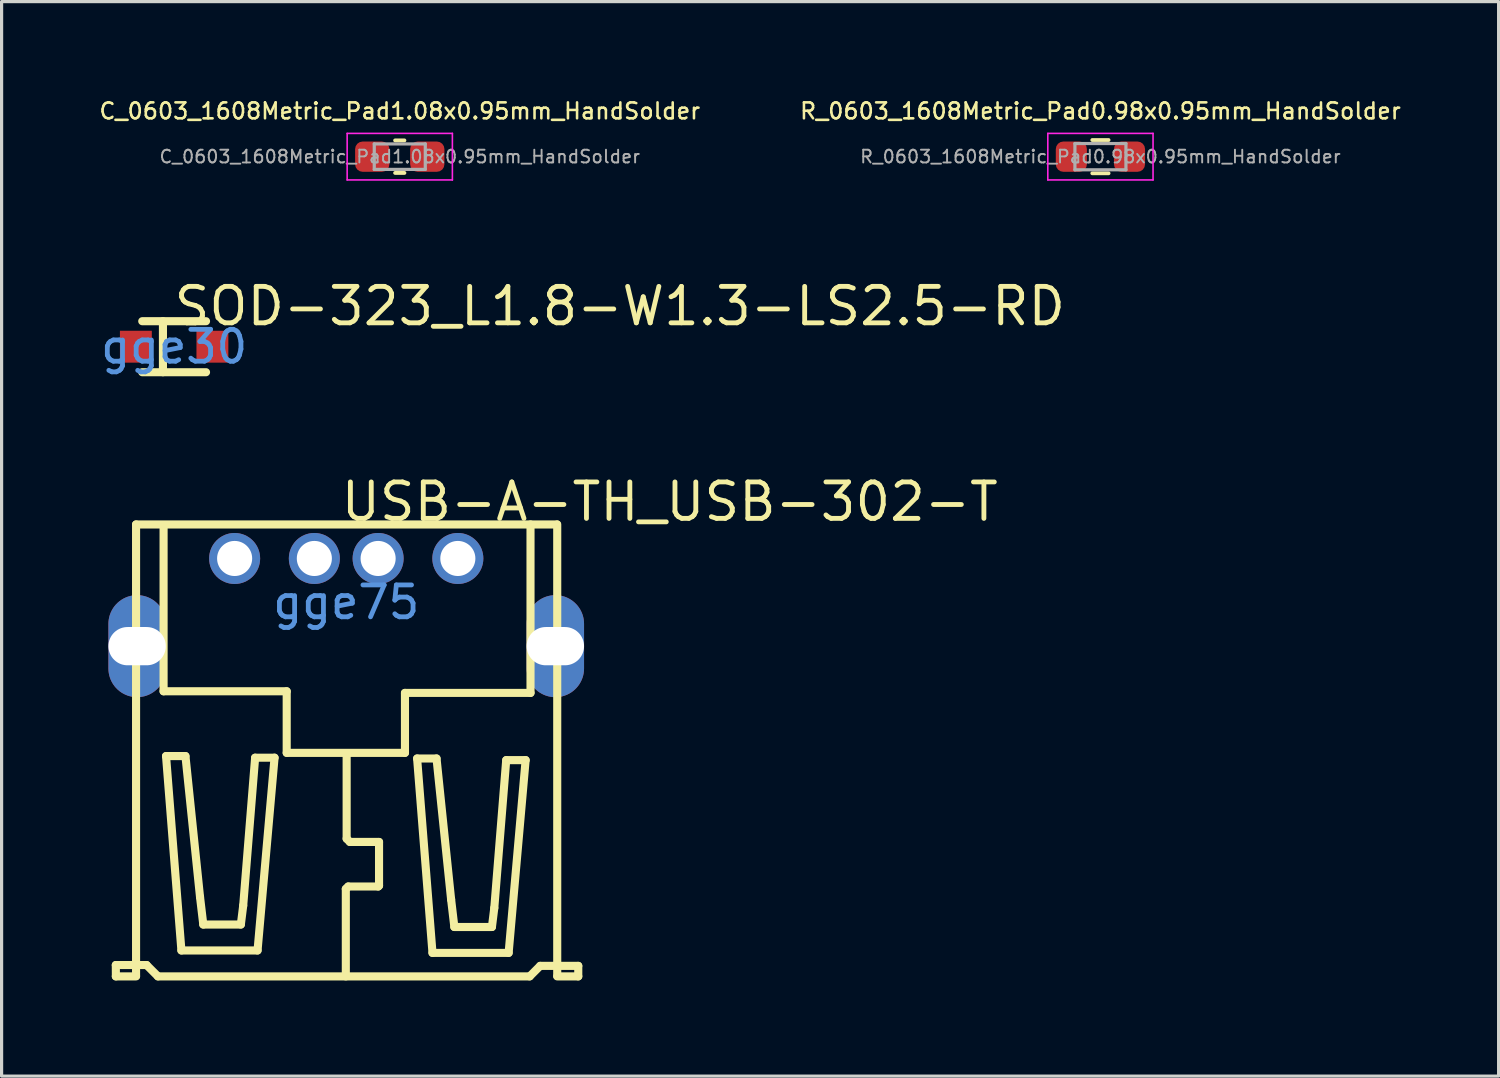
<source format=kicad_pcb>
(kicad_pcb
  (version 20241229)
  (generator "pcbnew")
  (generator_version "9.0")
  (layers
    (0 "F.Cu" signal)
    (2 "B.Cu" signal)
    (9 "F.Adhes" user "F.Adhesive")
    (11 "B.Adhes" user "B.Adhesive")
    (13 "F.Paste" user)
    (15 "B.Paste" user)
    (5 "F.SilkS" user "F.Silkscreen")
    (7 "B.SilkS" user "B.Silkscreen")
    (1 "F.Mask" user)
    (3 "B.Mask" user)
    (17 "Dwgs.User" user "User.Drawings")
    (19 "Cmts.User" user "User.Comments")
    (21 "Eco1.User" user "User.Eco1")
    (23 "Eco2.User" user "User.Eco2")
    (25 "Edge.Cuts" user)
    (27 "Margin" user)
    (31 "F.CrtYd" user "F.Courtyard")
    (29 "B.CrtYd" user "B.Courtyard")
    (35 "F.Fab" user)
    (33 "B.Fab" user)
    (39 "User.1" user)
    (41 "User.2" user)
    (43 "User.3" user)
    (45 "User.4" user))
  (footprint "SOD-323_L1.8-W1.3-LS2.5-RD"
    (layer "F.Cu")
    (at 2.411 7.823)
    (property "Reference" "SOD-323_L1.8-W1.3-LS2.5-RD" (at -0.084 -1.27 0) (layer "F.SilkS") (effects (font (size 1.143 1.143) (thickness 0.152)) (justify left)))
    (attr smd)
    (fp_line (start -1 -0.8) (end 1 -0.8) (stroke (width 0.254) (type solid)) (layer "F.SilkS"))
    (fp_line (start -1 0.8) (end 1 0.8) (stroke (width 0.254) (type solid)) (layer "F.SilkS"))
    (fp_line (start -0.351 -0.8) (end -0.351 0.8) (stroke (width 0.254) (type solid)) (layer "F.SilkS"))
    (fp_text user "gge30" (at 0 0 0) (layer "Cmts.User") (effects (font (size 1 1) (thickness 0.15))))
    (pad "1" smd rect (at -1.2 0 180) (size 1 1) (layers "F.Cu" "F.Mask" "F.Paste"))
    (pad "2" smd rect (at 1.2 0 180) (size 1 1) (layers "F.Cu" "F.Mask" "F.Paste")))
  (footprint "C_0603_1608Metric_Pad1.08x0.95mm_HandSolder"
    (layer "F.Cu")
    (at 9.487 1.863)
    (property "Reference" "C_0603_1608Metric_Pad1.08x0.95mm_HandSolder" (at 0 -1.43 0) (layer "F.SilkS") (effects (font (size 0.5 0.5) (thickness 0.08))))
    (attr smd)
    (fp_line (start -0.146 -0.51) (end 0.146 -0.51) (stroke (width 0.12) (type solid)) (layer "F.SilkS"))
    (fp_line (start -0.146 0.51) (end 0.146 0.51) (stroke (width 0.12) (type solid)) (layer "F.SilkS"))
    (fp_line (start -1.65 -0.73) (end 1.65 -0.73) (stroke (width 0.05) (type solid)) (layer "F.CrtYd"))
    (fp_line (start -1.65 0.73) (end -1.65 -0.73) (stroke (width 0.05) (type solid)) (layer "F.CrtYd"))
    (fp_line (start 1.65 -0.73) (end 1.65 0.73) (stroke (width 0.05) (type solid)) (layer "F.CrtYd"))
    (fp_line (start 1.65 0.73) (end -1.65 0.73) (stroke (width 0.05) (type solid)) (layer "F.CrtYd"))
    (fp_line (start -0.8 -0.4) (end 0.8 -0.4) (stroke (width 0.1) (type solid)) (layer "F.Fab"))
    (fp_line (start -0.8 0.4) (end -0.8 -0.4) (stroke (width 0.1) (type solid)) (layer "F.Fab"))
    (fp_line (start 0.8 -0.4) (end 0.8 0.4) (stroke (width 0.1) (type solid)) (layer "F.Fab"))
    (fp_line (start 0.8 0.4) (end -0.8 0.4) (stroke (width 0.1) (type solid)) (layer "F.Fab"))
    (fp_text user "${REFERENCE}" (at 0 0 0) (layer "F.Fab") (effects (font (size 0.4 0.4) (thickness 0.06))))
    (pad "1" smd roundrect (at -0.863 0) (size 1.075 0.95) (layers "F.Cu" "F.Mask" "F.Paste") (roundrect_rratio 0.25))
    (pad "2" smd roundrect (at 0.863 0) (size 1.075 0.95) (layers "F.Cu" "F.Mask" "F.Paste") (roundrect_rratio 0.25)))
  (footprint "USB-A-TH_USB-302-T"
    (layer "F.Cu")
    (at 7.808 15.839)
    (property "Reference" "USB-A-TH_USB-302-T" (at -0.241 -3.153 0) (layer "F.SilkS") (effects (font (size 1.143 1.143) (thickness 0.152)) (justify left)))
    (attr through_hole)
    (fp_line (start -7.226 11.375) (end -6.261 11.375) (stroke (width 0.254) (type solid)) (layer "F.SilkS"))
    (fp_line (start -7.226 11.731) (end -6.591 11.731) (stroke (width 0.254) (type solid)) (layer "F.SilkS"))
    (fp_line (start -7.224 11.731) (end -7.226 11.375) (stroke (width 0.254) (type solid)) (layer "F.SilkS"))
    (fp_line (start -6.591 -2.442) (end -6.591 11.718) (stroke (width 0.254) (type solid)) (layer "F.SilkS"))
    (fp_line (start -6.591 -2.442) (end 6.609 -2.442) (stroke (width 0.254) (type solid)) (layer "F.SilkS"))
    (fp_line (start -6.261 11.375) (end -5.905 11.731) (stroke (width 0.254) (type solid)) (layer "F.SilkS"))
    (fp_line (start -5.905 11.731) (end 5.753 11.731) (stroke (width 0.254) (type solid)) (layer "F.SilkS"))
    (fp_line (start -5.728 -2.417) (end -5.728 2.79) (stroke (width 0.254) (type solid)) (layer "F.SilkS"))
    (fp_line (start -5.728 2.79) (end -1.867 2.79) (stroke (width 0.254) (type solid)) (layer "F.SilkS"))
    (fp_line (start -5.651 4.822) (end -5.169 10.918) (stroke (width 0.254) (type solid)) (layer "F.SilkS"))
    (fp_line (start -5.169 10.918) (end -2.781 10.918) (stroke (width 0.254) (type solid)) (layer "F.SilkS"))
    (fp_line (start -5.042 4.822) (end -5.651 4.822) (stroke (width 0.254) (type solid)) (layer "F.SilkS"))
    (fp_line (start -4.585 9.242) (end -5.042 4.822) (stroke (width 0.254) (type solid)) (layer "F.SilkS"))
    (fp_line (start -4.483 10.105) (end -4.585 9.242) (stroke (width 0.254) (type solid)) (layer "F.SilkS"))
    (fp_line (start -3.305 10.105) (end -4.483 10.105) (stroke (width 0.254) (type solid)) (layer "F.SilkS"))
    (fp_line (start -3.231 9.511) (end -3.305 10.105) (stroke (width 0.254) (type solid)) (layer "F.SilkS"))
    (fp_line (start -2.857 4.873) (end -3.231 9.511) (stroke (width 0.254) (type solid)) (layer "F.SilkS"))
    (fp_line (start -2.781 10.918) (end -2.248 4.873) (stroke (width 0.254) (type solid)) (layer "F.SilkS"))
    (fp_line (start -2.248 4.873) (end -2.857 4.873) (stroke (width 0.254) (type solid)) (layer "F.SilkS"))
    (fp_line (start -1.867 2.79) (end -1.867 4.721) (stroke (width 0.254) (type solid)) (layer "F.SilkS"))
    (fp_line (start -1.867 4.721) (end 1.842 4.721) (stroke (width 0.254) (type solid)) (layer "F.SilkS"))
    (fp_line (start -0.013 8.988) (end -0.013 11.731) (stroke (width 0.254) (type solid)) (layer "F.SilkS"))
    (fp_line (start 0.013 4.746) (end 0.013 7.413) (stroke (width 0.254) (type solid)) (layer "F.SilkS"))
    (fp_line (start 0.013 7.413) (end 0.114 7.515) (stroke (width 0.254) (type solid)) (layer "F.SilkS"))
    (fp_line (start 0.063 8.912) (end -0.013 8.988) (stroke (width 0.254) (type solid)) (layer "F.SilkS"))
    (fp_line (start 0.114 7.515) (end 1.029 7.515) (stroke (width 0.254) (type solid)) (layer "F.SilkS"))
    (fp_line (start 1.003 8.912) (end 0.063 8.912) (stroke (width 0.254) (type solid)) (layer "F.SilkS"))
    (fp_line (start 1.029 7.515) (end 1.029 8.886) (stroke (width 0.254) (type solid)) (layer "F.SilkS"))
    (fp_line (start 1.029 8.886) (end 1.003 8.912) (stroke (width 0.254) (type solid)) (layer "F.SilkS"))
    (fp_line (start 1.842 2.841) (end 5.779 2.841) (stroke (width 0.254) (type solid)) (layer "F.SilkS"))
    (fp_line (start 1.842 4.721) (end 1.842 2.841) (stroke (width 0.254) (type solid)) (layer "F.SilkS"))
    (fp_line (start 2.223 4.898) (end 2.705 10.994) (stroke (width 0.254) (type solid)) (layer "F.SilkS"))
    (fp_line (start 2.705 10.994) (end 5.093 10.994) (stroke (width 0.254) (type solid)) (layer "F.SilkS"))
    (fp_line (start 2.832 4.898) (end 2.223 4.898) (stroke (width 0.254) (type solid)) (layer "F.SilkS"))
    (fp_line (start 3.289 9.318) (end 2.832 4.898) (stroke (width 0.254) (type solid)) (layer "F.SilkS"))
    (fp_line (start 3.391 10.182) (end 3.289 9.318) (stroke (width 0.254) (type solid)) (layer "F.SilkS"))
    (fp_line (start 4.569 10.182) (end 3.391 10.182) (stroke (width 0.254) (type solid)) (layer "F.SilkS"))
    (fp_line (start 4.643 9.587) (end 4.569 10.182) (stroke (width 0.254) (type solid)) (layer "F.SilkS"))
    (fp_line (start 5.017 4.949) (end 4.643 9.587) (stroke (width 0.254) (type solid)) (layer "F.SilkS"))
    (fp_line (start 5.093 10.994) (end 5.626 4.949) (stroke (width 0.254) (type solid)) (layer "F.SilkS"))
    (fp_line (start 5.626 4.949) (end 5.017 4.949) (stroke (width 0.254) (type solid)) (layer "F.SilkS"))
    (fp_line (start 5.753 11.731) (end 6.083 11.401) (stroke (width 0.254) (type solid)) (layer "F.SilkS"))
    (fp_line (start 5.779 2.841) (end 5.779 -2.442) (stroke (width 0.254) (type solid)) (layer "F.SilkS"))
    (fp_line (start 6.083 11.401) (end 7.277 11.401) (stroke (width 0.254) (type solid)) (layer "F.SilkS"))
    (fp_line (start 6.617 -2.442) (end 6.617 11.718) (stroke (width 0.254) (type solid)) (layer "F.SilkS"))
    (fp_line (start 7.277 11.401) (end 7.277 11.731) (stroke (width 0.254) (type solid)) (layer "F.SilkS"))
    (fp_line (start 7.277 11.731) (end 6.617 11.731) (stroke (width 0.254) (type solid)) (layer "F.SilkS"))
    (fp_text user "gge75" (at 0 0 0) (layer "Cmts.User") (effects (font (size 1 1) (thickness 0.15))))
    (pad "1" thru_hole circle (at -3.5 -1.375) (size 1.6 1.6) (drill 1.1) (layers "*.Cu" "*.Paste" "*.Mask"))
    (pad "2" thru_hole circle (at -1 -1.375) (size 1.6 1.6) (drill 1.1) (layers "*.Cu" "*.Paste" "*.Mask"))
    (pad "3" thru_hole circle (at 1 -1.375) (size 1.6 1.6) (drill 1.1) (layers "*.Cu" "*.Paste" "*.Mask"))
    (pad "4" thru_hole circle (at 3.5 -1.375) (size 1.6 1.6) (drill 1.1) (layers "*.Cu" "*.Paste" "*.Mask"))
    (pad "5" thru_hole oval (at -6.558 1.375 90) (size 3.2 1.8) (drill oval 1.2 2.5) (layers "*.Cu" "*.Paste" "*.Mask"))
    (pad "6" thru_hole oval (at 6.558 1.375 270) (size 3.2 1.8) (drill oval 1.2 2.5) (layers "*.Cu" "*.Paste" "*.Mask")))
  (footprint "R_0603_1608Metric_Pad0.98x0.95mm_HandSolder"
    (layer "F.Cu")
    (at 31.46 1.863)
    (property "Reference" "R_0603_1608Metric_Pad0.98x0.95mm_HandSolder" (at 0 -1.43 0) (layer "F.SilkS") (effects (font (size 0.5 0.5) (thickness 0.08))))
    (attr smd)
    (fp_line (start -0.255 -0.522) (end 0.255 -0.522) (stroke (width 0.12) (type solid)) (layer "F.SilkS"))
    (fp_line (start -0.255 0.522) (end 0.255 0.522) (stroke (width 0.12) (type solid)) (layer "F.SilkS"))
    (fp_line (start -1.65 -0.73) (end 1.65 -0.73) (stroke (width 0.05) (type solid)) (layer "F.CrtYd"))
    (fp_line (start -1.65 0.73) (end -1.65 -0.73) (stroke (width 0.05) (type solid)) (layer "F.CrtYd"))
    (fp_line (start 1.65 -0.73) (end 1.65 0.73) (stroke (width 0.05) (type solid)) (layer "F.CrtYd"))
    (fp_line (start 1.65 0.73) (end -1.65 0.73) (stroke (width 0.05) (type solid)) (layer "F.CrtYd"))
    (fp_line (start -0.8 -0.412) (end 0.8 -0.412) (stroke (width 0.1) (type solid)) (layer "F.Fab"))
    (fp_line (start -0.8 0.412) (end -0.8 -0.412) (stroke (width 0.1) (type solid)) (layer "F.Fab"))
    (fp_line (start 0.8 -0.412) (end 0.8 0.412) (stroke (width 0.1) (type solid)) (layer "F.Fab"))
    (fp_line (start 0.8 0.412) (end -0.8 0.412) (stroke (width 0.1) (type solid)) (layer "F.Fab"))
    (fp_text user "${REFERENCE}" (at 0 0 0) (layer "F.Fab") (effects (font (size 0.4 0.4) (thickness 0.06))))
    (pad "1" smd roundrect (at -0.912 0) (size 0.975 0.95) (layers "F.Cu" "F.Mask" "F.Paste") (roundrect_rratio 0.25))
    (pad "2" smd roundrect (at 0.912 0) (size 0.975 0.95) (layers "F.Cu" "F.Mask" "F.Paste") (roundrect_rratio 0.25)))
  (gr_rect
    (start -3 -3)
    (end 43.947 30.697)
    (stroke (width 0.1) (type default))
    (fill no)
    (layer "Edge.Cuts")))
</source>
